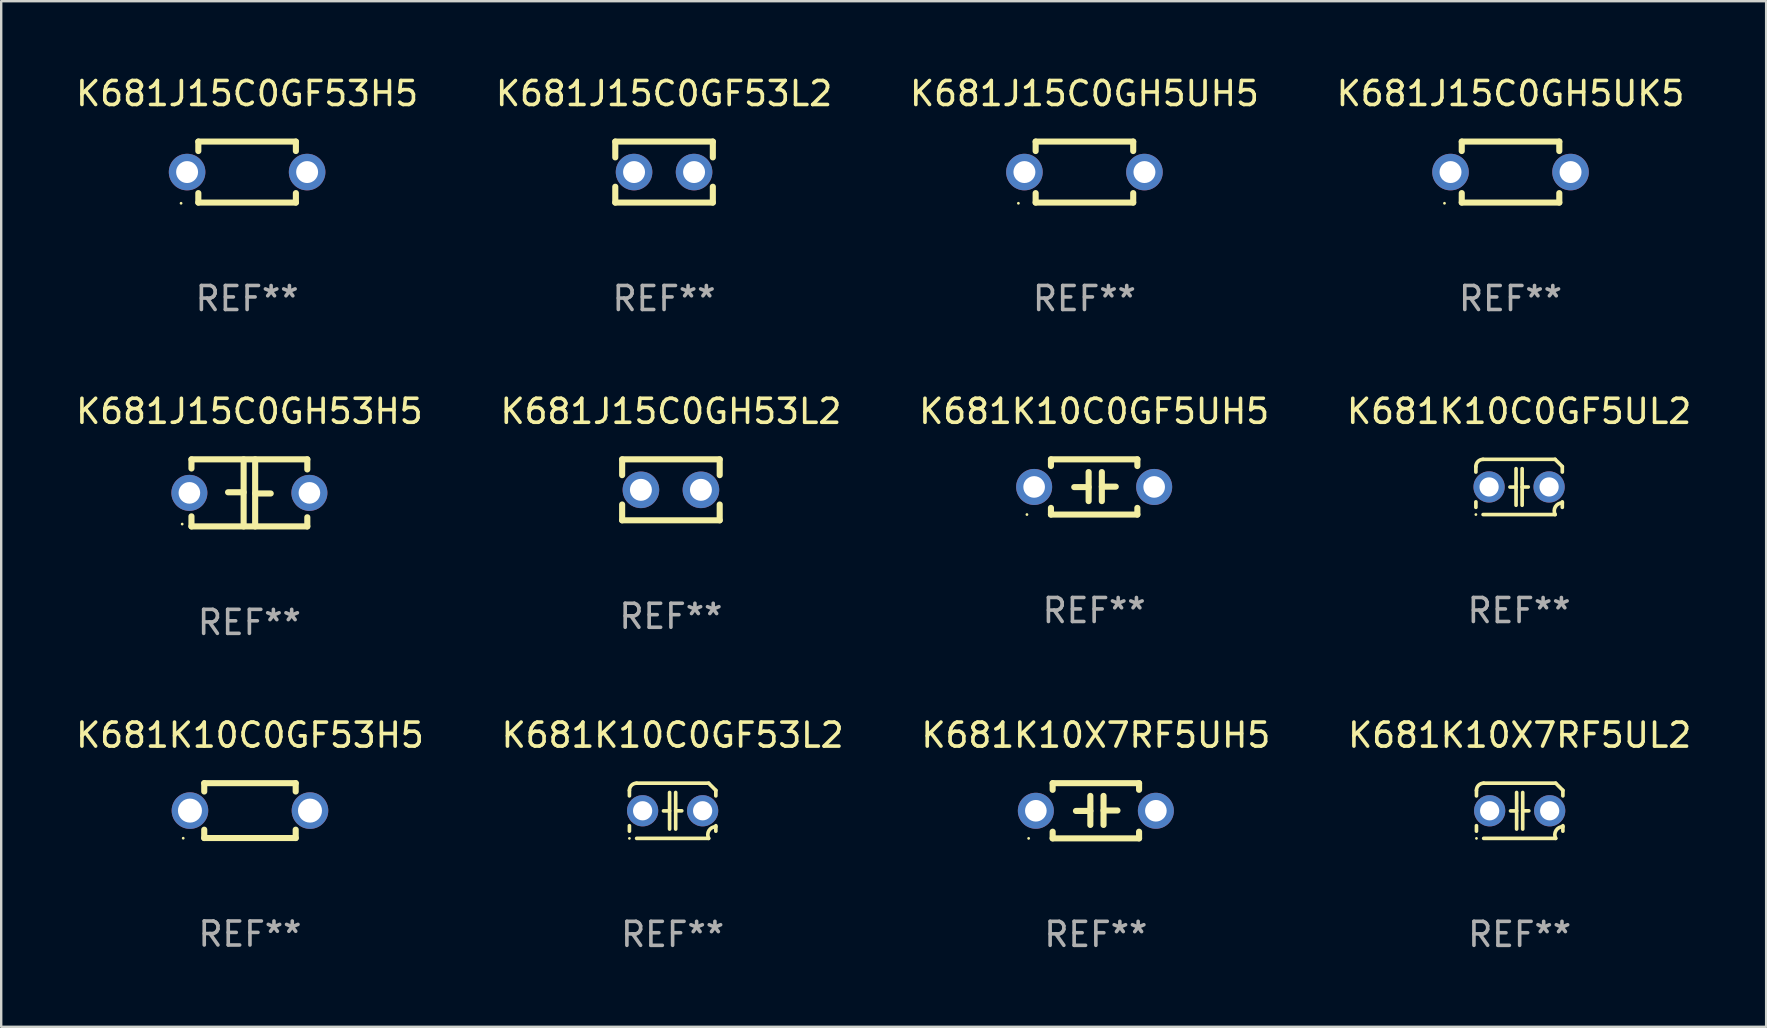
<source format=kicad_pcb>
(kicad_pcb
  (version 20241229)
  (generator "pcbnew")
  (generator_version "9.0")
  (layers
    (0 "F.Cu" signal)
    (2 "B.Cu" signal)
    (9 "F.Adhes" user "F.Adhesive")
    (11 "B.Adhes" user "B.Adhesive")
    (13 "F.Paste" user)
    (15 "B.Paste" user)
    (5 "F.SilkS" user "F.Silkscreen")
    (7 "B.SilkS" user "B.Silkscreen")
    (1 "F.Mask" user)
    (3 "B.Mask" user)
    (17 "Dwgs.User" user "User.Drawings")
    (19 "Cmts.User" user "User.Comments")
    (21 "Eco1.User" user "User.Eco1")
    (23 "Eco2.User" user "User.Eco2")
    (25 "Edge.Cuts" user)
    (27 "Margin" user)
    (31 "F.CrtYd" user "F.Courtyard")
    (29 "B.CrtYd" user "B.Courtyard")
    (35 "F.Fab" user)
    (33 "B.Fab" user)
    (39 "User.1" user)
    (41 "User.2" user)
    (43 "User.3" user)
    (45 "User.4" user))
  (footprint "K681K10X7RF5UL2"
    (layer "F.Cu")
    (at 60.256 30.725)
    (property "Reference" "K681K10X7RF5UL2" (at 0 -3.15 0) (layer "F.SilkS") (effects (font (size 1 1) (thickness 0.15))))
    (attr through_hole)
    (fp_line (start -1.8 -0.621) (end -1.8 -0.85) (stroke (width 0.152) (type solid)) (layer "F.SilkS"))
    (fp_line (start -1.8 0.85) (end -1.8 0.621) (stroke (width 0.152) (type solid)) (layer "F.SilkS"))
    (fp_line (start -1.5 -1.15) (end 1.5 -1.15) (stroke (width 0.152) (type solid)) (layer "F.SilkS"))
    (fp_line (start -0.127 -0.762) (end -0.127 0.762) (stroke (width 0.152) (type solid)) (layer "F.SilkS"))
    (fp_line (start -0.127 0.005) (end -0.381 0.005) (stroke (width 0.152) (type solid)) (layer "F.SilkS"))
    (fp_line (start 0.127 -0.762) (end 0.127 0.762) (stroke (width 0.152) (type solid)) (layer "F.SilkS"))
    (fp_line (start 0.127 0.002) (end 0.381 0.002) (stroke (width 0.152) (type solid)) (layer "F.SilkS"))
    (fp_line (start 1.5 1.15) (end -1.5 1.15) (stroke (width 0.152) (type solid)) (layer "F.SilkS"))
    (fp_line (start 1.8 -0.85) (end 1.8 -0.621) (stroke (width 0.152) (type solid)) (layer "F.SilkS"))
    (fp_line (start 1.8 0.621) (end 1.8 0.85) (stroke (width 0.152) (type solid)) (layer "F.SilkS"))
    (fp_arc (start -1.799975 -0.849987) (mid -1.712107 -1.062119) (end -1.499975 -1.149987) (stroke (width 0.151994) (type solid)) (layer "F.SilkS"))
    (fp_arc (start 1.499975 1.149987) (mid 1.513726 0.822359) (end 1.799975 0.662387) (stroke (width 0.151994) (type solid)) (layer "F.SilkS"))
    (fp_arc (start 1.500001 -1.149986) (mid 1.650015 -1.000001) (end 1.8 -0.849987) (stroke (width 0.151994) (type solid)) (layer "F.SilkS"))
    (fp_circle (center -1.8 1.15) (end -1.77 1.15) (stroke (width 0.06) (type solid)) (fill no) (layer "F.SilkS"))
    (fp_text user "REF**" (at 0 5.15 0) (layer "F.Fab") (effects (font (size 1 1) (thickness 0.15))))
    (pad "1" thru_hole circle (at -1.25 0) (size 1.3 1.3) (drill 0.8) (layers "*.Cu" "*.Mask"))
    (pad "2" thru_hole circle (at 1.25 0) (size 1.3 1.3) (drill 0.8) (layers "*.Cu" "*.Mask")))
  (footprint "K681K10C0GF5UH5"
    (layer "F.Cu")
    (at 42.53 17.235)
    (property "Reference" "K681K10C0GF5UH5" (at 0 -3.15 0) (layer "F.SilkS") (effects (font (size 1 1) (thickness 0.15))))
    (attr through_hole)
    (fp_line (start -1.8 -1.15) (end -1.8 -0.872) (stroke (width 0.254) (type solid)) (layer "F.SilkS"))
    (fp_line (start -1.8 -1.15) (end 1.8 -1.15) (stroke (width 0.254) (type solid)) (layer "F.SilkS"))
    (fp_line (start -1.8 0.872) (end -1.8 1.15) (stroke (width 0.254) (type solid)) (layer "F.SilkS"))
    (fp_line (start -1.8 1.15) (end 1.8 1.15) (stroke (width 0.254) (type solid)) (layer "F.SilkS"))
    (fp_line (start -0.23 -0.62) (end -0.23 0.59) (stroke (width 0.254) (type solid)) (layer "F.SilkS"))
    (fp_line (start -0.23 0.007) (end -0.83 0.007) (stroke (width 0.254) (type solid)) (layer "F.SilkS"))
    (fp_line (start 0.32 -0.62) (end 0.32 0.59) (stroke (width 0.254) (type solid)) (layer "F.SilkS"))
    (fp_line (start 0.32 -0.012) (end 0.9 -0.012) (stroke (width 0.254) (type solid)) (layer "F.SilkS"))
    (fp_line (start 1.8 -1.15) (end 1.8 -0.872) (stroke (width 0.254) (type solid)) (layer "F.SilkS"))
    (fp_line (start 1.8 0.872) (end 1.8 1.15) (stroke (width 0.254) (type solid)) (layer "F.SilkS"))
    (fp_circle (center -2.8 1.15) (end -2.77 1.15) (stroke (width 0.06) (type solid)) (fill no) (layer "F.SilkS"))
    (fp_text user "REF**" (at 0 5.15 0) (layer "F.Fab") (effects (font (size 1 1) (thickness 0.15))))
    (pad "1" thru_hole circle (at -2.5 0) (size 1.5 1.5) (drill 0.9) (layers "*.Cu" "*.Mask"))
    (pad "2" thru_hole circle (at 2.5 0) (size 1.5 1.5) (drill 0.9) (layers "*.Cu" "*.Mask")))
  (footprint "K681J15C0GH5UH5"
    (layer "F.Cu")
    (at 42.125 4.118)
    (property "Reference" "K681J15C0GH5UH5" (at 0 -3.27 0) (layer "F.SilkS") (effects (font (size 1 1) (thickness 0.15))))
    (attr through_hole)
    (fp_line (start -2.032 -1.27) (end -2.032 -0.876) (stroke (width 0.254) (type solid)) (layer "F.SilkS"))
    (fp_line (start -2.032 0.876) (end -2.032 1.27) (stroke (width 0.254) (type solid)) (layer "F.SilkS"))
    (fp_line (start -2.032 1.27) (end 2.032 1.27) (stroke (width 0.254) (type solid)) (layer "F.SilkS"))
    (fp_line (start 2.032 -1.27) (end -2.032 -1.27) (stroke (width 0.254) (type solid)) (layer "F.SilkS"))
    (fp_line (start 2.032 -0.876) (end 2.032 -1.27) (stroke (width 0.254) (type solid)) (layer "F.SilkS"))
    (fp_line (start 2.032 1.27) (end 2.032 0.876) (stroke (width 0.254) (type solid)) (layer "F.SilkS"))
    (fp_circle (center -2.751 1.3) (end -2.721 1.3) (stroke (width 0.06) (type solid)) (fill no) (layer "F.SilkS"))
    (fp_text user "REF**" (at 0 5.27 0) (layer "F.Fab") (effects (font (size 1 1) (thickness 0.15))))
    (pad "1" thru_hole circle (at -2.5 0) (size 1.524 1.524) (drill 0.914) (layers "*.Cu" "*.Mask"))
    (pad "2" thru_hole circle (at 2.5 0) (size 1.524 1.524) (drill 0.914) (layers "*.Cu" "*.Mask")))
  (footprint "K681J15C0GH53H5"
    (layer "F.Cu")
    (at 7.339 17.482)
    (property "Reference" "K681J15C0GH53H5" (at 0 -3.397 0) (layer "F.SilkS") (effects (font (size 1 1) (thickness 0.15))))
    (attr through_hole)
    (fp_line (start -2.413 -1.397) (end 2.413 -1.397) (stroke (width 0.254) (type solid)) (layer "F.SilkS"))
    (fp_line (start -2.413 -1.016) (end -2.413 -1.397) (stroke (width 0.254) (type solid)) (layer "F.SilkS"))
    (fp_line (start -2.413 0.977) (end -2.413 1.397) (stroke (width 0.254) (type solid)) (layer "F.SilkS"))
    (fp_line (start -0.24 -0.025) (end -0.889 -0.025) (stroke (width 0.254) (type solid)) (layer "F.SilkS"))
    (fp_line (start -0.24 1.397) (end -0.24 -1.397) (stroke (width 0.254) (type solid)) (layer "F.SilkS"))
    (fp_line (start 0.24 -1.397) (end 0.24 1.397) (stroke (width 0.254) (type solid)) (layer "F.SilkS"))
    (fp_line (start 0.24 0.025) (end 0.889 0.025) (stroke (width 0.254) (type solid)) (layer "F.SilkS"))
    (fp_line (start 2.413 -0.977) (end 2.413 -1.397) (stroke (width 0.254) (type solid)) (layer "F.SilkS"))
    (fp_line (start 2.413 1.016) (end 2.413 1.397) (stroke (width 0.254) (type solid)) (layer "F.SilkS"))
    (fp_line (start 2.413 1.397) (end -2.413 1.397) (stroke (width 0.254) (type solid)) (layer "F.SilkS"))
    (fp_circle (center -2.8 1.3) (end -2.77 1.3) (stroke (width 0.06) (type solid)) (fill no) (layer "F.SilkS"))
    (fp_text user "REF**" (at 0 5.397 0) (layer "F.Fab") (effects (font (size 1 1) (thickness 0.15))))
    (pad "1" thru_hole circle (at -2.5 0) (size 1.5 1.5) (drill 0.9) (layers "*.Cu" "*.Mask"))
    (pad "2" thru_hole circle (at 2.5 0) (size 1.5 1.5) (drill 0.9) (layers "*.Cu" "*.Mask")))
  (footprint "K681K10C0GF53L2"
    (layer "F.Cu")
    (at 24.97 30.725)
    (property "Reference" "K681K10C0GF53L2" (at 0 -3.15 0) (layer "F.SilkS") (effects (font (size 1 1) (thickness 0.15))))
    (attr through_hole)
    (fp_line (start -1.8 -0.621) (end -1.8 -0.85) (stroke (width 0.152) (type solid)) (layer "F.SilkS"))
    (fp_line (start -1.8 0.85) (end -1.8 0.621) (stroke (width 0.152) (type solid)) (layer "F.SilkS"))
    (fp_line (start -1.5 -1.15) (end 1.5 -1.15) (stroke (width 0.152) (type solid)) (layer "F.SilkS"))
    (fp_line (start -0.127 -0.762) (end -0.127 0.762) (stroke (width 0.152) (type solid)) (layer "F.SilkS"))
    (fp_line (start -0.127 0.005) (end -0.381 0.005) (stroke (width 0.152) (type solid)) (layer "F.SilkS"))
    (fp_line (start 0.127 -0.762) (end 0.127 0.762) (stroke (width 0.152) (type solid)) (layer "F.SilkS"))
    (fp_line (start 0.127 0.002) (end 0.381 0.002) (stroke (width 0.152) (type solid)) (layer "F.SilkS"))
    (fp_line (start 1.5 1.15) (end -1.5 1.15) (stroke (width 0.152) (type solid)) (layer "F.SilkS"))
    (fp_line (start 1.8 -0.85) (end 1.8 -0.621) (stroke (width 0.152) (type solid)) (layer "F.SilkS"))
    (fp_line (start 1.8 0.621) (end 1.8 0.85) (stroke (width 0.152) (type solid)) (layer "F.SilkS"))
    (fp_arc (start -1.799975 -0.849987) (mid -1.712107 -1.062119) (end -1.499975 -1.149987) (stroke (width 0.151994) (type solid)) (layer "F.SilkS"))
    (fp_arc (start 1.499975 1.149987) (mid 1.513726 0.822359) (end 1.799975 0.662387) (stroke (width 0.151994) (type solid)) (layer "F.SilkS"))
    (fp_arc (start 1.500001 -1.149986) (mid 1.650015 -1.000001) (end 1.8 -0.849987) (stroke (width 0.151994) (type solid)) (layer "F.SilkS"))
    (fp_circle (center -1.8 1.15) (end -1.77 1.15) (stroke (width 0.06) (type solid)) (fill no) (layer "F.SilkS"))
    (fp_text user "REF**" (at 0 5.15 0) (layer "F.Fab") (effects (font (size 1 1) (thickness 0.15))))
    (pad "1" thru_hole circle (at -1.25 0) (size 1.3 1.3) (drill 0.8) (layers "*.Cu" "*.Mask"))
    (pad "2" thru_hole circle (at 1.25 0) (size 1.3 1.3) (drill 0.8) (layers "*.Cu" "*.Mask")))
  (footprint "K681J15C0GF53H5"
    (layer "F.Cu")
    (at 7.244 4.118)
    (property "Reference" "K681J15C0GF53H5" (at 0 -3.27 0) (layer "F.SilkS") (effects (font (size 1 1) (thickness 0.15))))
    (attr through_hole)
    (fp_line (start -2.032 -1.27) (end -2.032 -0.876) (stroke (width 0.254) (type solid)) (layer "F.SilkS"))
    (fp_line (start -2.032 0.876) (end -2.032 1.27) (stroke (width 0.254) (type solid)) (layer "F.SilkS"))
    (fp_line (start -2.032 1.27) (end 2.032 1.27) (stroke (width 0.254) (type solid)) (layer "F.SilkS"))
    (fp_line (start 2.032 -1.27) (end -2.032 -1.27) (stroke (width 0.254) (type solid)) (layer "F.SilkS"))
    (fp_line (start 2.032 -0.876) (end 2.032 -1.27) (stroke (width 0.254) (type solid)) (layer "F.SilkS"))
    (fp_line (start 2.032 1.27) (end 2.032 0.876) (stroke (width 0.254) (type solid)) (layer "F.SilkS"))
    (fp_circle (center -2.751 1.3) (end -2.721 1.3) (stroke (width 0.06) (type solid)) (fill no) (layer "F.SilkS"))
    (fp_text user "REF**" (at 0 5.27 0) (layer "F.Fab") (effects (font (size 1 1) (thickness 0.15))))
    (pad "1" thru_hole circle (at -2.5 0) (size 1.524 1.524) (drill 0.914) (layers "*.Cu" "*.Mask"))
    (pad "2" thru_hole circle (at 2.5 0) (size 1.524 1.524) (drill 0.914) (layers "*.Cu" "*.Mask")))
  (footprint "K681J15C0GH53L2"
    (layer "F.Cu")
    (at 24.899 17.355)
    (property "Reference" "K681J15C0GH53L2" (at 0 -3.27 0) (layer "F.SilkS") (effects (font (size 1 1) (thickness 0.15))))
    (attr through_hole)
    (fp_line (start -2.032 -1.27) (end -2.032 -0.611) (stroke (width 0.254) (type solid)) (layer "F.SilkS"))
    (fp_line (start -2.032 0.611) (end -2.032 1.27) (stroke (width 0.254) (type solid)) (layer "F.SilkS"))
    (fp_line (start -2.032 1.27) (end 2.032 1.27) (stroke (width 0.254) (type solid)) (layer "F.SilkS"))
    (fp_line (start 2.032 -1.27) (end -2.032 -1.27) (stroke (width 0.254) (type solid)) (layer "F.SilkS"))
    (fp_line (start 2.032 -0.611) (end 2.032 -1.27) (stroke (width 0.254) (type solid)) (layer "F.SilkS"))
    (fp_line (start 2.032 1.27) (end 2.032 0.611) (stroke (width 0.254) (type solid)) (layer "F.SilkS"))
    (fp_circle (center -2 1.3) (end -1.97 1.3) (stroke (width 0.06) (type solid)) (fill no) (layer "F.SilkS"))
    (fp_text user "REF**" (at 0 5.27 0) (layer "F.Fab") (effects (font (size 1 1) (thickness 0.15))))
    (pad "1" thru_hole circle (at -1.25 0) (size 1.524 1.524) (drill 0.914) (layers "*.Cu" "*.Mask"))
    (pad "2" thru_hole circle (at 1.25 0) (size 1.524 1.524) (drill 0.914) (layers "*.Cu" "*.Mask")))
  (footprint "K681J15C0GF53L2"
    (layer "F.Cu")
    (at 24.613 4.118)
    (property "Reference" "K681J15C0GF53L2" (at 0 -3.27 0) (layer "F.SilkS") (effects (font (size 1 1) (thickness 0.15))))
    (attr through_hole)
    (fp_line (start -2.032 -1.27) (end -2.032 -0.611) (stroke (width 0.254) (type solid)) (layer "F.SilkS"))
    (fp_line (start -2.032 0.611) (end -2.032 1.27) (stroke (width 0.254) (type solid)) (layer "F.SilkS"))
    (fp_line (start -2.032 1.27) (end 2.032 1.27) (stroke (width 0.254) (type solid)) (layer "F.SilkS"))
    (fp_line (start 2.032 -1.27) (end -2.032 -1.27) (stroke (width 0.254) (type solid)) (layer "F.SilkS"))
    (fp_line (start 2.032 -0.611) (end 2.032 -1.27) (stroke (width 0.254) (type solid)) (layer "F.SilkS"))
    (fp_line (start 2.032 1.27) (end 2.032 0.611) (stroke (width 0.254) (type solid)) (layer "F.SilkS"))
    (fp_circle (center -2 1.3) (end -1.97 1.3) (stroke (width 0.06) (type solid)) (fill no) (layer "F.SilkS"))
    (fp_text user "REF**" (at 0 5.27 0) (layer "F.Fab") (effects (font (size 1 1) (thickness 0.15))))
    (pad "1" thru_hole circle (at -1.25 0) (size 1.524 1.524) (drill 0.914) (layers "*.Cu" "*.Mask"))
    (pad "2" thru_hole circle (at 1.25 0) (size 1.524 1.524) (drill 0.914) (layers "*.Cu" "*.Mask")))
  (footprint "K681K10X7RF5UH5"
    (layer "F.Cu")
    (at 42.601 30.725)
    (property "Reference" "K681K10X7RF5UH5" (at 0 -3.15 0) (layer "F.SilkS") (effects (font (size 1 1) (thickness 0.15))))
    (attr through_hole)
    (fp_line (start -1.8 -1.15) (end -1.8 -0.872) (stroke (width 0.254) (type solid)) (layer "F.SilkS"))
    (fp_line (start -1.8 -1.15) (end 1.8 -1.15) (stroke (width 0.254) (type solid)) (layer "F.SilkS"))
    (fp_line (start -1.8 0.872) (end -1.8 1.15) (stroke (width 0.254) (type solid)) (layer "F.SilkS"))
    (fp_line (start -1.8 1.15) (end 1.8 1.15) (stroke (width 0.254) (type solid)) (layer "F.SilkS"))
    (fp_line (start -0.23 -0.62) (end -0.23 0.59) (stroke (width 0.254) (type solid)) (layer "F.SilkS"))
    (fp_line (start -0.23 0.007) (end -0.83 0.007) (stroke (width 0.254) (type solid)) (layer "F.SilkS"))
    (fp_line (start 0.32 -0.62) (end 0.32 0.59) (stroke (width 0.254) (type solid)) (layer "F.SilkS"))
    (fp_line (start 0.32 -0.012) (end 0.9 -0.012) (stroke (width 0.254) (type solid)) (layer "F.SilkS"))
    (fp_line (start 1.8 -1.15) (end 1.8 -0.872) (stroke (width 0.254) (type solid)) (layer "F.SilkS"))
    (fp_line (start 1.8 0.872) (end 1.8 1.15) (stroke (width 0.254) (type solid)) (layer "F.SilkS"))
    (fp_circle (center -2.8 1.15) (end -2.77 1.15) (stroke (width 0.06) (type solid)) (fill no) (layer "F.SilkS"))
    (fp_text user "REF**" (at 0 5.15 0) (layer "F.Fab") (effects (font (size 1 1) (thickness 0.15))))
    (pad "1" thru_hole circle (at -2.5 0) (size 1.5 1.5) (drill 0.9) (layers "*.Cu" "*.Mask"))
    (pad "2" thru_hole circle (at 2.5 0) (size 1.5 1.5) (drill 0.9) (layers "*.Cu" "*.Mask")))
  (footprint "K681J15C0GH5UK5"
    (layer "F.Cu")
    (at 59.875 4.118)
    (property "Reference" "K681J15C0GH5UK5" (at 0 -3.27 0) (layer "F.SilkS") (effects (font (size 1 1) (thickness 0.15))))
    (attr through_hole)
    (fp_line (start -2.032 -1.27) (end -2.032 -0.876) (stroke (width 0.254) (type solid)) (layer "F.SilkS"))
    (fp_line (start -2.032 0.876) (end -2.032 1.27) (stroke (width 0.254) (type solid)) (layer "F.SilkS"))
    (fp_line (start -2.032 1.27) (end 2.032 1.27) (stroke (width 0.254) (type solid)) (layer "F.SilkS"))
    (fp_line (start 2.032 -1.27) (end -2.032 -1.27) (stroke (width 0.254) (type solid)) (layer "F.SilkS"))
    (fp_line (start 2.032 -0.876) (end 2.032 -1.27) (stroke (width 0.254) (type solid)) (layer "F.SilkS"))
    (fp_line (start 2.032 1.27) (end 2.032 0.876) (stroke (width 0.254) (type solid)) (layer "F.SilkS"))
    (fp_circle (center -2.751 1.3) (end -2.721 1.3) (stroke (width 0.06) (type solid)) (fill no) (layer "F.SilkS"))
    (fp_text user "REF**" (at 0 5.27 0) (layer "F.Fab") (effects (font (size 1 1) (thickness 0.15))))
    (pad "1" thru_hole circle (at -2.5 0) (size 1.524 1.524) (drill 0.914) (layers "*.Cu" "*.Mask"))
    (pad "2" thru_hole circle (at 2.5 0) (size 1.524 1.524) (drill 0.914) (layers "*.Cu" "*.Mask")))
  (footprint "K681K10C0GF53H5"
    (layer "F.Cu")
    (at 7.363 30.718)
    (property "Reference" "K681K10C0GF53H5" (at 0 -3.143 0) (layer "F.SilkS") (effects (font (size 1 1) (thickness 0.15))))
    (attr through_hole)
    (fp_line (start -1.905 -1.143) (end 1.905 -1.143) (stroke (width 0.254) (type solid)) (layer "F.SilkS"))
    (fp_line (start -1.905 -0.795) (end -1.905 -1.143) (stroke (width 0.254) (type solid)) (layer "F.SilkS"))
    (fp_line (start -1.905 1.143) (end -1.905 0.795) (stroke (width 0.254) (type solid)) (layer "F.SilkS"))
    (fp_line (start 1.905 -1.143) (end 1.905 -0.795) (stroke (width 0.254) (type solid)) (layer "F.SilkS"))
    (fp_line (start 1.905 0.795) (end 1.905 1.143) (stroke (width 0.254) (type solid)) (layer "F.SilkS"))
    (fp_line (start 1.905 1.143) (end -1.905 1.143) (stroke (width 0.254) (type solid)) (layer "F.SilkS"))
    (fp_circle (center -2.781 1.15) (end -2.751 1.15) (stroke (width 0.06) (type solid)) (fill no) (layer "F.SilkS"))
    (fp_text user "REF**" (at 0 5.143 0) (layer "F.Fab") (effects (font (size 1 1) (thickness 0.15))))
    (pad "1" thru_hole circle (at -2.5 0) (size 1.524 1.524) (drill 1) (layers "*.Cu" "*.Mask"))
    (pad "2" thru_hole circle (at 2.5 0) (size 1.524 1.524) (drill 1) (layers "*.Cu" "*.Mask")))
  (footprint "K681K10C0GF5UL2"
    (layer "F.Cu")
    (at 60.232 17.235)
    (property "Reference" "K681K10C0GF5UL2" (at 0 -3.15 0) (layer "F.SilkS") (effects (font (size 1 1) (thickness 0.15))))
    (attr through_hole)
    (fp_line (start -1.8 -0.621) (end -1.8 -0.85) (stroke (width 0.152) (type solid)) (layer "F.SilkS"))
    (fp_line (start -1.8 0.85) (end -1.8 0.621) (stroke (width 0.152) (type solid)) (layer "F.SilkS"))
    (fp_line (start -1.5 -1.15) (end 1.5 -1.15) (stroke (width 0.152) (type solid)) (layer "F.SilkS"))
    (fp_line (start -0.127 -0.762) (end -0.127 0.762) (stroke (width 0.152) (type solid)) (layer "F.SilkS"))
    (fp_line (start -0.127 0.005) (end -0.381 0.005) (stroke (width 0.152) (type solid)) (layer "F.SilkS"))
    (fp_line (start 0.127 -0.762) (end 0.127 0.762) (stroke (width 0.152) (type solid)) (layer "F.SilkS"))
    (fp_line (start 0.127 0.002) (end 0.381 0.002) (stroke (width 0.152) (type solid)) (layer "F.SilkS"))
    (fp_line (start 1.5 1.15) (end -1.5 1.15) (stroke (width 0.152) (type solid)) (layer "F.SilkS"))
    (fp_line (start 1.8 -0.85) (end 1.8 -0.621) (stroke (width 0.152) (type solid)) (layer "F.SilkS"))
    (fp_line (start 1.8 0.621) (end 1.8 0.85) (stroke (width 0.152) (type solid)) (layer "F.SilkS"))
    (fp_arc (start -1.799975 -0.849987) (mid -1.712107 -1.062119) (end -1.499975 -1.149987) (stroke (width 0.151994) (type solid)) (layer "F.SilkS"))
    (fp_arc (start 1.499975 1.149987) (mid 1.513726 0.822359) (end 1.799975 0.662387) (stroke (width 0.151994) (type solid)) (layer "F.SilkS"))
    (fp_arc (start 1.500001 -1.149986) (mid 1.650015 -1.000001) (end 1.8 -0.849987) (stroke (width 0.151994) (type solid)) (layer "F.SilkS"))
    (fp_circle (center -1.8 1.15) (end -1.77 1.15) (stroke (width 0.06) (type solid)) (fill no) (layer "F.SilkS"))
    (fp_text user "REF**" (at 0 5.15 0) (layer "F.Fab") (effects (font (size 1 1) (thickness 0.15))))
    (pad "1" thru_hole circle (at -1.25 0) (size 1.3 1.3) (drill 0.8) (layers "*.Cu" "*.Mask"))
    (pad "2" thru_hole circle (at 1.25 0) (size 1.3 1.3) (drill 0.8) (layers "*.Cu" "*.Mask")))
  (gr_rect
    (start -3 -3)
    (end 70.524 39.724)
    (stroke (width 0.1) (type default))
    (fill no)
    (layer "Edge.Cuts")))
</source>
